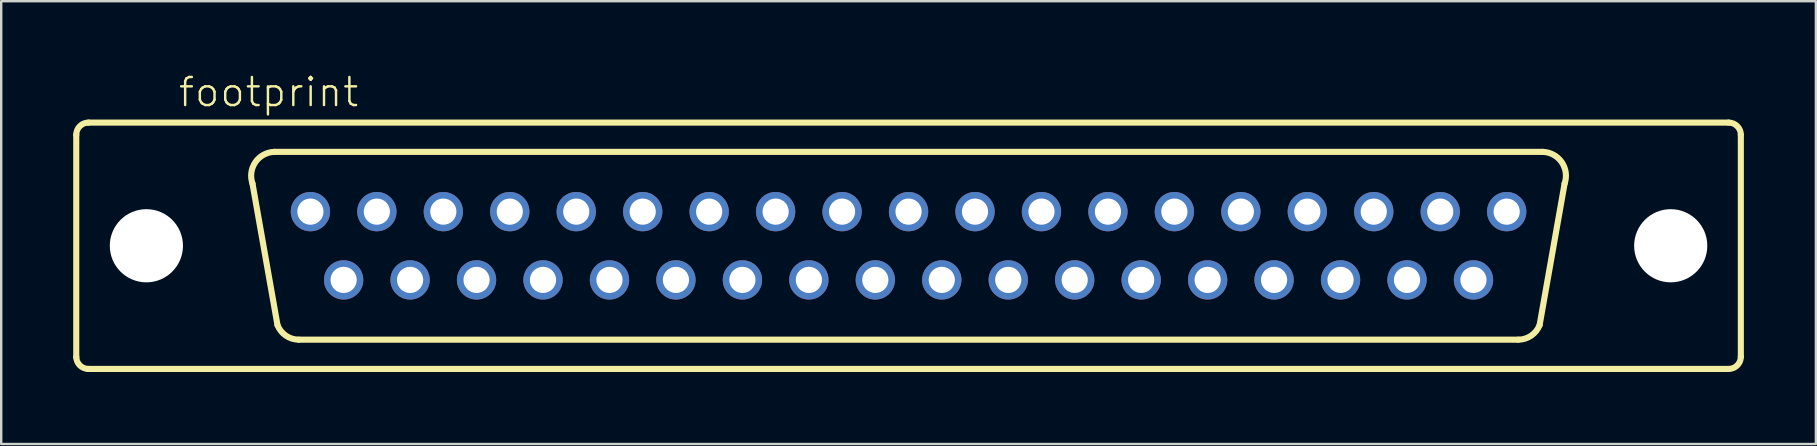
<source format=kicad_pcb>
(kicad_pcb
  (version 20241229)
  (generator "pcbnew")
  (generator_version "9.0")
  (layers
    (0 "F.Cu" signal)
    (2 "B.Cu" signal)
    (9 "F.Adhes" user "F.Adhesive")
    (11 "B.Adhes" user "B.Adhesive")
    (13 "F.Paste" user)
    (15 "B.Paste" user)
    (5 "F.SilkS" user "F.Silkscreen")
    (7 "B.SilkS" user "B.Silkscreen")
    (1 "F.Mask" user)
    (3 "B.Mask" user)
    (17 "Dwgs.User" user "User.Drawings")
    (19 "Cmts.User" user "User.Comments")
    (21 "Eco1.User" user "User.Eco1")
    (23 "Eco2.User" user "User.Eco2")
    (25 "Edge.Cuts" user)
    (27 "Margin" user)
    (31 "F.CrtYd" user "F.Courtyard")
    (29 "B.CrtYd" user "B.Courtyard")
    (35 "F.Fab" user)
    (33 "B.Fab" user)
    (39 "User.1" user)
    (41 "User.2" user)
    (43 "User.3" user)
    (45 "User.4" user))
  (footprint "footprint"
    (layer "F.Cu")
    (at 34.798 7.188)
    (property "Reference" "footprint" (at -30.48 -5.715 0) (layer "F.SilkS") (effects (font (size 1.168 1.168) (thickness 0.102)) (justify left bottom)))
    (fp_line (start -34.671 4.648) (end -34.671 -4.623) (stroke (width 0.254) (type solid)) (layer "F.SilkS"))
    (fp_line (start -34.163 -5.131) (end 34.163 -5.131) (stroke (width 0.254) (type solid)) (layer "F.SilkS"))
    (fp_line (start -26.289 3.302) (end -27.33 -2.591) (stroke (width 0.254) (type solid)) (layer "F.SilkS"))
    (fp_line (start 25.4 3.912) (end -25.4 3.912) (stroke (width 0.254) (type solid)) (layer "F.SilkS"))
    (fp_line (start 26.289 3.302) (end 27.33 -2.591) (stroke (width 0.254) (type solid)) (layer "F.SilkS"))
    (fp_line (start 26.416 -3.912) (end -26.416 -3.912) (stroke (width 0.254) (type solid)) (layer "F.SilkS"))
    (fp_line (start 34.163 5.131) (end -34.188 5.131) (stroke (width 0.254) (type solid)) (layer "F.SilkS"))
    (fp_line (start 34.671 -4.623) (end 34.671 4.623) (stroke (width 0.254) (type solid)) (layer "F.SilkS"))
    (fp_arc (start -34.671 -4.6228) (mid -34.52221 -4.98201) (end -34.163 -5.1308) (stroke (width 0.254) (type solid)) (layer "F.SilkS"))
    (fp_arc (start -34.163 5.1308) (mid -34.52221 4.98201) (end -34.671 4.6228) (stroke (width 0.254) (type solid)) (layer "F.SilkS"))
    (fp_arc (start -27.3304 -2.5908) (mid -27.208542 -3.483361) (end -26.415998 -3.911601) (stroke (width 0.254) (type solid)) (layer "F.SilkS"))
    (fp_arc (start -25.399999 3.911601) (mid -25.939028 3.744655) (end -26.289 3.302) (stroke (width 0.254) (type solid)) (layer "F.SilkS"))
    (fp_arc (start 26.288999 3.301999) (mid 25.939028 3.744653) (end 25.4 3.9116) (stroke (width 0.254) (type solid)) (layer "F.SilkS"))
    (fp_arc (start 26.416 -3.9116) (mid 27.208543 -3.48336) (end 27.330399 -2.590799) (stroke (width 0.254) (type solid)) (layer "F.SilkS"))
    (fp_arc (start 34.163 -5.1308) (mid 34.52221 -4.98201) (end 34.671 -4.6228) (stroke (width 0.254) (type solid)) (layer "F.SilkS"))
    (fp_arc (start 34.671 4.6228) (mid 34.52221 4.98201) (end 34.163 5.1308) (stroke (width 0.254) (type solid)) (layer "F.SilkS"))
    (pad "" np_thru_hole circle (at -31.75 0) (size 3.048 3.048) (drill 3.048) (layers "*.Cu" "*.Mask"))
    (pad "" np_thru_hole circle (at 31.75 0) (size 3.048 3.048) (drill 3.048) (layers "*.Cu" "*.Mask"))
    (pad "1" thru_hole circle (at -24.917 -1.422) (size 1.638 1.638) (drill 1.092) (layers "*.Cu" "*.Mask"))
    (pad "2" thru_hole circle (at -22.149 -1.422) (size 1.638 1.638) (drill 1.092) (layers "*.Cu" "*.Mask"))
    (pad "3" thru_hole circle (at -19.38 -1.422) (size 1.638 1.638) (drill 1.092) (layers "*.Cu" "*.Mask"))
    (pad "4" thru_hole circle (at -16.612 -1.422) (size 1.638 1.638) (drill 1.092) (layers "*.Cu" "*.Mask"))
    (pad "5" thru_hole circle (at -13.843 -1.422) (size 1.638 1.638) (drill 1.092) (layers "*.Cu" "*.Mask"))
    (pad "6" thru_hole circle (at -11.074 -1.422) (size 1.638 1.638) (drill 1.092) (layers "*.Cu" "*.Mask"))
    (pad "7" thru_hole circle (at -8.306 -1.422) (size 1.638 1.638) (drill 1.092) (layers "*.Cu" "*.Mask"))
    (pad "8" thru_hole circle (at -5.537 -1.422) (size 1.638 1.638) (drill 1.092) (layers "*.Cu" "*.Mask"))
    (pad "9" thru_hole circle (at -2.769 -1.422) (size 1.638 1.638) (drill 1.092) (layers "*.Cu" "*.Mask"))
    (pad "10" thru_hole circle (at 0 -1.422) (size 1.638 1.638) (drill 1.092) (layers "*.Cu" "*.Mask"))
    (pad "11" thru_hole circle (at 2.769 -1.422) (size 1.638 1.638) (drill 1.092) (layers "*.Cu" "*.Mask"))
    (pad "12" thru_hole circle (at 5.537 -1.422) (size 1.638 1.638) (drill 1.092) (layers "*.Cu" "*.Mask"))
    (pad "13" thru_hole circle (at 8.306 -1.422) (size 1.638 1.638) (drill 1.092) (layers "*.Cu" "*.Mask"))
    (pad "14" thru_hole circle (at 11.074 -1.422) (size 1.638 1.638) (drill 1.092) (layers "*.Cu" "*.Mask"))
    (pad "15" thru_hole circle (at 13.843 -1.422) (size 1.638 1.638) (drill 1.092) (layers "*.Cu" "*.Mask"))
    (pad "16" thru_hole circle (at 16.612 -1.422) (size 1.638 1.638) (drill 1.092) (layers "*.Cu" "*.Mask"))
    (pad "17" thru_hole circle (at 19.38 -1.422) (size 1.638 1.638) (drill 1.092) (layers "*.Cu" "*.Mask"))
    (pad "18" thru_hole circle (at 22.149 -1.422) (size 1.638 1.638) (drill 1.092) (layers "*.Cu" "*.Mask"))
    (pad "19" thru_hole circle (at 24.917 -1.422) (size 1.638 1.638) (drill 1.092) (layers "*.Cu" "*.Mask"))
    (pad "20" thru_hole circle (at -23.533 1.422) (size 1.638 1.638) (drill 1.092) (layers "*.Cu" "*.Mask"))
    (pad "21" thru_hole circle (at -20.765 1.422) (size 1.638 1.638) (drill 1.092) (layers "*.Cu" "*.Mask"))
    (pad "22" thru_hole circle (at -17.996 1.422) (size 1.638 1.638) (drill 1.092) (layers "*.Cu" "*.Mask"))
    (pad "23" thru_hole circle (at -15.227 1.422) (size 1.638 1.638) (drill 1.092) (layers "*.Cu" "*.Mask"))
    (pad "24" thru_hole circle (at -12.459 1.422) (size 1.638 1.638) (drill 1.092) (layers "*.Cu" "*.Mask"))
    (pad "25" thru_hole circle (at -9.69 1.422) (size 1.638 1.638) (drill 1.092) (layers "*.Cu" "*.Mask"))
    (pad "26" thru_hole circle (at -6.921 1.422) (size 1.638 1.638) (drill 1.092) (layers "*.Cu" "*.Mask"))
    (pad "27" thru_hole circle (at -4.153 1.422) (size 1.638 1.638) (drill 1.092) (layers "*.Cu" "*.Mask"))
    (pad "28" thru_hole circle (at -1.384 1.422) (size 1.638 1.638) (drill 1.092) (layers "*.Cu" "*.Mask"))
    (pad "29" thru_hole circle (at 1.384 1.422) (size 1.638 1.638) (drill 1.092) (layers "*.Cu" "*.Mask"))
    (pad "30" thru_hole circle (at 4.153 1.422) (size 1.638 1.638) (drill 1.092) (layers "*.Cu" "*.Mask"))
    (pad "31" thru_hole circle (at 6.921 1.422) (size 1.638 1.638) (drill 1.092) (layers "*.Cu" "*.Mask"))
    (pad "32" thru_hole circle (at 9.69 1.422) (size 1.638 1.638) (drill 1.092) (layers "*.Cu" "*.Mask"))
    (pad "33" thru_hole circle (at 12.459 1.422) (size 1.638 1.638) (drill 1.092) (layers "*.Cu" "*.Mask"))
    (pad "34" thru_hole circle (at 15.227 1.422) (size 1.638 1.638) (drill 1.092) (layers "*.Cu" "*.Mask"))
    (pad "35" thru_hole circle (at 17.996 1.422) (size 1.638 1.638) (drill 1.092) (layers "*.Cu" "*.Mask"))
    (pad "36" thru_hole circle (at 20.765 1.422) (size 1.638 1.638) (drill 1.092) (layers "*.Cu" "*.Mask"))
    (pad "37" thru_hole circle (at 23.533 1.422) (size 1.638 1.638) (drill 1.092) (layers "*.Cu" "*.Mask")))
  (gr_rect
    (start -3 -3)
    (end 72.596 15.446)
    (stroke (width 0.1) (type default))
    (fill no)
    (layer "Edge.Cuts")))
</source>
